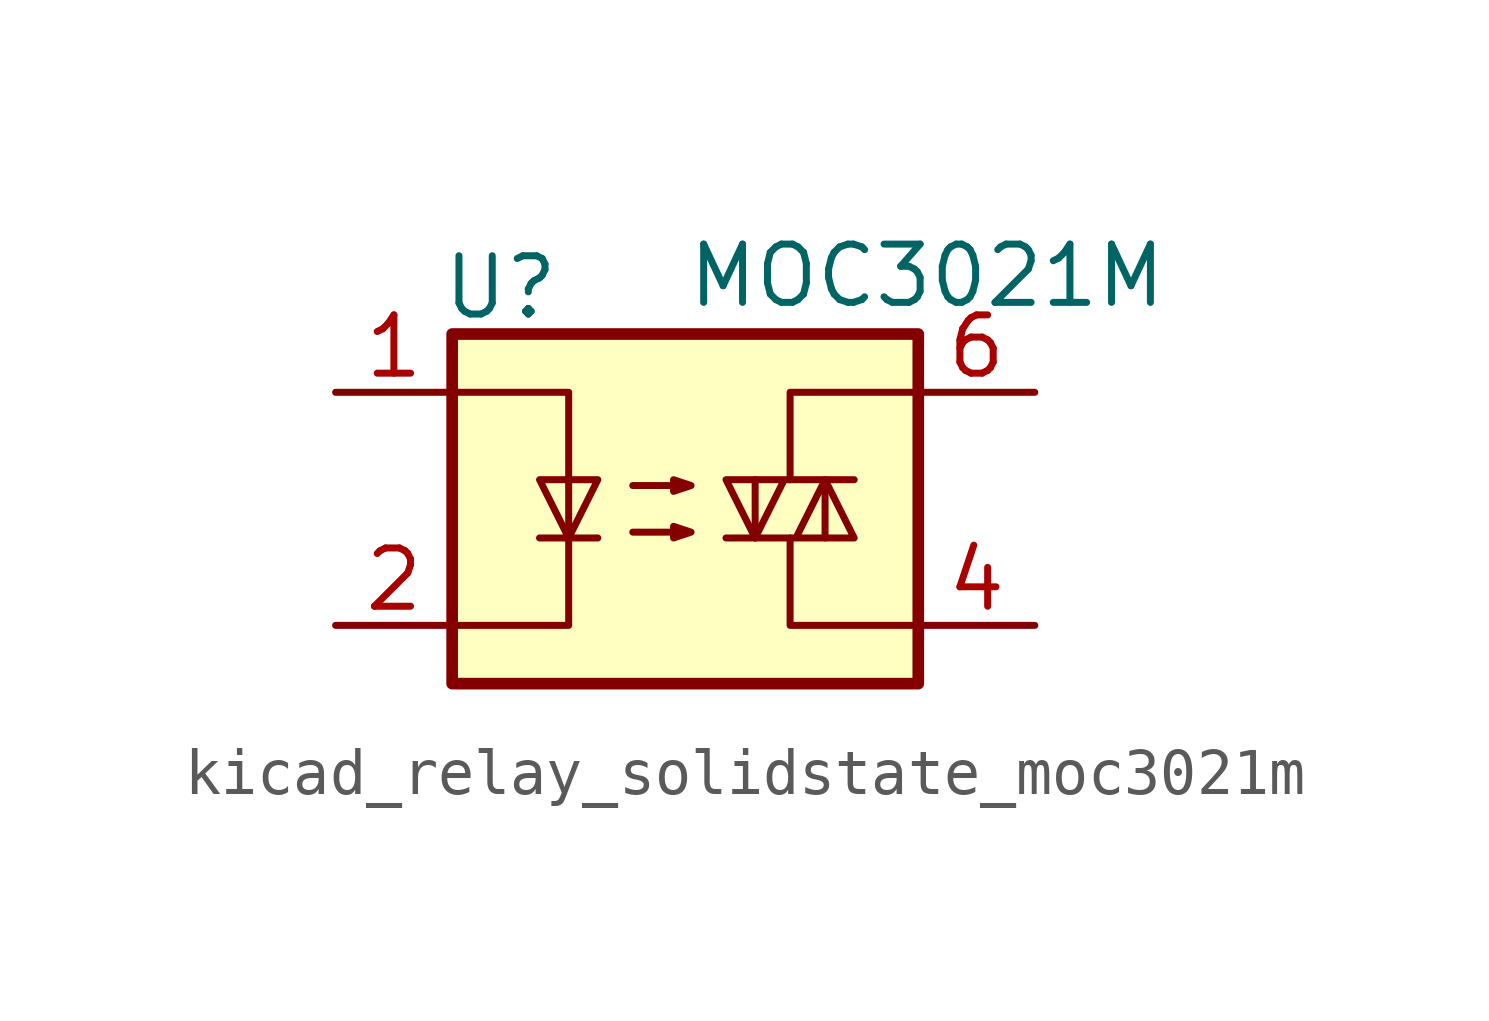
<source format=kicad_sym>
(kicad_symbol_lib
  (version 20220914)
  (generator kicad_symbol_editor)
  (symbol "kicad_relay_solidstate_moc3021m"
    (property "Reference" "U"
      (at -5.334 4.826 0)
      (effects (font (size 1.27 1.27)) (justify left)))
    (property "Value" "MOC3021M"
      (at 0 5.08 0)
      (effects (font (size 1.27 1.27)) (justify left)))
    (symbol "kicad_relay_solidstate_moc3021m_0_1"
      (rectangle (start -5.08 3.81) (end 5.08 -3.81) (stroke (width 0.254) (type default)) (fill (type background)))
      (polyline (pts (xy -3.175 -0.635) (xy -1.905 -0.635)) (stroke (width 0) (type default)) (fill (type none)))
      (polyline (pts (xy 1.524 -0.635) (xy 1.524 0.635)) (stroke (width 0) (type default)) (fill (type none)))
      (polyline (pts (xy 3.048 0.635) (xy 3.048 -0.635)) (stroke (width 0) (type default)) (fill (type none)))
      (polyline (pts (xy 2.286 -0.635) (xy 2.286 -2.54) (xy 5.08 -2.54)) (stroke (width 0) (type default)) (fill (type none)))
      (polyline (pts (xy 2.286 0.635) (xy 2.286 2.54) (xy 5.08 2.54)) (stroke (width 0) (type default)) (fill (type none)))
      (polyline (pts (xy -5.08 2.54) (xy -2.54 2.54) (xy -2.54 -2.54) (xy -5.08 -2.54)) (stroke (width 0) (type default)) (fill (type none)))
      (polyline (pts (xy -2.54 -0.635) (xy -3.175 0.635) (xy -1.905 0.635) (xy -2.54 -0.635)) (stroke (width 0) (type default)) (fill (type none)))
      (polyline (pts (xy 0.889 -0.635) (xy 3.683 -0.635) (xy 3.048 0.635) (xy 2.413 -0.635)) (stroke (width 0) (type default)) (fill (type none)))
      (polyline (pts (xy 3.683 0.635) (xy 0.889 0.635) (xy 1.524 -0.635) (xy 2.159 0.635)) (stroke (width 0) (type default)) (fill (type none)))
      (polyline (pts (xy -1.143 -0.508) (xy 0.127 -0.508) (xy -0.254 -0.635) (xy -0.254 -0.381) (xy 0.127 -0.508)) (stroke (width 0) (type default)) (fill (type none)))
      (polyline (pts (xy -1.143 0.508) (xy 0.127 0.508) (xy -0.254 0.381) (xy -0.254 0.635) (xy 0.127 0.508)) (stroke (width 0) (type default)) (fill (type none))))
    (symbol "kicad_relay_solidstate_moc3021m_1_1"
      (pin passive line (at -7.62 2.54 0) (length 2.54) (name "~" (effects (font (size 1.27 1.27)))) (number "1" (effects (font (size 1.27 1.27)))))
      (pin passive line (at -7.62 -2.54 0) (length 2.54) (name "~" (effects (font (size 1.27 1.27)))) (number "2" (effects (font (size 1.27 1.27)))))
      (pin no_connect line (at -5.08 0 0) (length 2.54) hide (name "NC" (effects (font (size 1.27 1.27)))) (number "3" (effects (font (size 1.27 1.27)))))
      (pin passive line (at 7.62 -2.54 180) (length 2.54) (name "~" (effects (font (size 1.27 1.27)))) (number "4" (effects (font (size 1.27 1.27)))))
      (pin no_connect line (at 5.08 0 180) (length 2.54) hide (name "NC" (effects (font (size 1.27 1.27)))) (number "5" (effects (font (size 1.27 1.27)))))
      (pin passive line (at 7.62 2.54 180) (length 2.54) (name "~" (effects (font (size 1.27 1.27)))) (number "6" (effects (font (size 1.27 1.27))))))))
</source>
